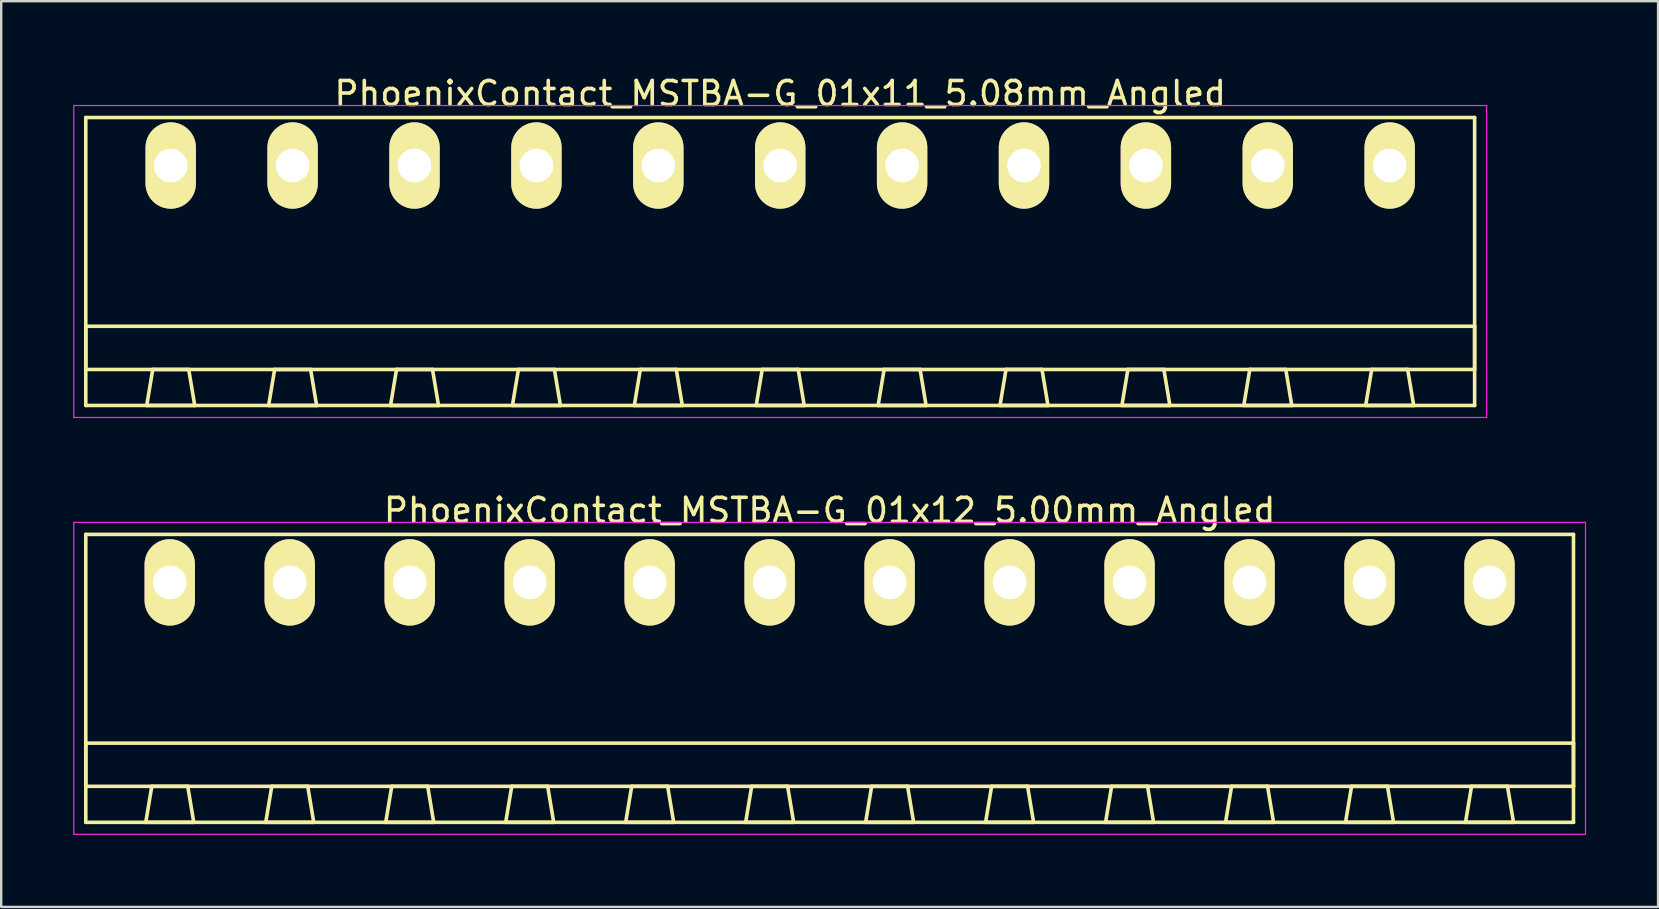
<source format=kicad_pcb>
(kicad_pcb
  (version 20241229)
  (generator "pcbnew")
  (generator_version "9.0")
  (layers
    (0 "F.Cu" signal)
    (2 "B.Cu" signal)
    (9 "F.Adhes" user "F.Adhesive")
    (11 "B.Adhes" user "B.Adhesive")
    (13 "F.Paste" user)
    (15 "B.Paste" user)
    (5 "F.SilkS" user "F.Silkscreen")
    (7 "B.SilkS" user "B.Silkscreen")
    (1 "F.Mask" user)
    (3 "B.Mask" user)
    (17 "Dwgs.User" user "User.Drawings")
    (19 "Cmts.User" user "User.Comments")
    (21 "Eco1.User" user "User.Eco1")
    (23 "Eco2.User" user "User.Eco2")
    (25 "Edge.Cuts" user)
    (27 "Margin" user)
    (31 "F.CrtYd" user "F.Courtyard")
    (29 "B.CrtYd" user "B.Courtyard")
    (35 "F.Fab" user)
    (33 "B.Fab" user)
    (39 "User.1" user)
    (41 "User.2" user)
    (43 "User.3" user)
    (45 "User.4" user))
  (footprint "PhoenixContact_MSTBA-G_01x12_5.00mm_Angled"
    (layer "F.Cu")
    (at 4.025 21.221)
    (property "Reference" "PhoenixContact_MSTBA-G_01x12_5.00mm_Angled" (at 27.5 -3 0) (layer "F.SilkS") (effects (font (size 1 1) (thickness 0.15))))
    (attr through_hole)
    (fp_line (start -3.5 -2) (end -3.5 10) (stroke (width 0.15) (type solid)) (layer "F.SilkS"))
    (fp_line (start -3.5 6.7) (end 58.5 6.7) (stroke (width 0.15) (type solid)) (layer "F.SilkS"))
    (fp_line (start -3.5 8.5) (end -3.5 6.7) (stroke (width 0.15) (type solid)) (layer "F.SilkS"))
    (fp_line (start -3.5 10) (end 58.5 10) (stroke (width 0.15) (type solid)) (layer "F.SilkS"))
    (fp_line (start -1 10) (end 1 10) (stroke (width 0.15) (type solid)) (layer "F.SilkS"))
    (fp_line (start -0.75 8.5) (end -1 10) (stroke (width 0.15) (type solid)) (layer "F.SilkS"))
    (fp_line (start 0.75 8.5) (end -0.75 8.5) (stroke (width 0.15) (type solid)) (layer "F.SilkS"))
    (fp_line (start 1 10) (end 0.75 8.5) (stroke (width 0.15) (type solid)) (layer "F.SilkS"))
    (fp_line (start 4 10) (end 6 10) (stroke (width 0.15) (type solid)) (layer "F.SilkS"))
    (fp_line (start 4.25 8.5) (end 4 10) (stroke (width 0.15) (type solid)) (layer "F.SilkS"))
    (fp_line (start 5.75 8.5) (end 4.25 8.5) (stroke (width 0.15) (type solid)) (layer "F.SilkS"))
    (fp_line (start 6 10) (end 5.75 8.5) (stroke (width 0.15) (type solid)) (layer "F.SilkS"))
    (fp_line (start 9 10) (end 11 10) (stroke (width 0.15) (type solid)) (layer "F.SilkS"))
    (fp_line (start 9.25 8.5) (end 9 10) (stroke (width 0.15) (type solid)) (layer "F.SilkS"))
    (fp_line (start 10.75 8.5) (end 9.25 8.5) (stroke (width 0.15) (type solid)) (layer "F.SilkS"))
    (fp_line (start 11 10) (end 10.75 8.5) (stroke (width 0.15) (type solid)) (layer "F.SilkS"))
    (fp_line (start 14 10) (end 16 10) (stroke (width 0.15) (type solid)) (layer "F.SilkS"))
    (fp_line (start 14.25 8.5) (end 14 10) (stroke (width 0.15) (type solid)) (layer "F.SilkS"))
    (fp_line (start 15.75 8.5) (end 14.25 8.5) (stroke (width 0.15) (type solid)) (layer "F.SilkS"))
    (fp_line (start 16 10) (end 15.75 8.5) (stroke (width 0.15) (type solid)) (layer "F.SilkS"))
    (fp_line (start 19 10) (end 21 10) (stroke (width 0.15) (type solid)) (layer "F.SilkS"))
    (fp_line (start 19.25 8.5) (end 19 10) (stroke (width 0.15) (type solid)) (layer "F.SilkS"))
    (fp_line (start 20.75 8.5) (end 19.25 8.5) (stroke (width 0.15) (type solid)) (layer "F.SilkS"))
    (fp_line (start 21 10) (end 20.75 8.5) (stroke (width 0.15) (type solid)) (layer "F.SilkS"))
    (fp_line (start 24 10) (end 26 10) (stroke (width 0.15) (type solid)) (layer "F.SilkS"))
    (fp_line (start 24.25 8.5) (end 24 10) (stroke (width 0.15) (type solid)) (layer "F.SilkS"))
    (fp_line (start 25.75 8.5) (end 24.25 8.5) (stroke (width 0.15) (type solid)) (layer "F.SilkS"))
    (fp_line (start 26 10) (end 25.75 8.5) (stroke (width 0.15) (type solid)) (layer "F.SilkS"))
    (fp_line (start 29 10) (end 31 10) (stroke (width 0.15) (type solid)) (layer "F.SilkS"))
    (fp_line (start 29.25 8.5) (end 29 10) (stroke (width 0.15) (type solid)) (layer "F.SilkS"))
    (fp_line (start 30.75 8.5) (end 29.25 8.5) (stroke (width 0.15) (type solid)) (layer "F.SilkS"))
    (fp_line (start 31 10) (end 30.75 8.5) (stroke (width 0.15) (type solid)) (layer "F.SilkS"))
    (fp_line (start 34 10) (end 36 10) (stroke (width 0.15) (type solid)) (layer "F.SilkS"))
    (fp_line (start 34.25 8.5) (end 34 10) (stroke (width 0.15) (type solid)) (layer "F.SilkS"))
    (fp_line (start 35.75 8.5) (end 34.25 8.5) (stroke (width 0.15) (type solid)) (layer "F.SilkS"))
    (fp_line (start 36 10) (end 35.75 8.5) (stroke (width 0.15) (type solid)) (layer "F.SilkS"))
    (fp_line (start 39 10) (end 41 10) (stroke (width 0.15) (type solid)) (layer "F.SilkS"))
    (fp_line (start 39.25 8.5) (end 39 10) (stroke (width 0.15) (type solid)) (layer "F.SilkS"))
    (fp_line (start 40.75 8.5) (end 39.25 8.5) (stroke (width 0.15) (type solid)) (layer "F.SilkS"))
    (fp_line (start 41 10) (end 40.75 8.5) (stroke (width 0.15) (type solid)) (layer "F.SilkS"))
    (fp_line (start 44 10) (end 46 10) (stroke (width 0.15) (type solid)) (layer "F.SilkS"))
    (fp_line (start 44.25 8.5) (end 44 10) (stroke (width 0.15) (type solid)) (layer "F.SilkS"))
    (fp_line (start 45.75 8.5) (end 44.25 8.5) (stroke (width 0.15) (type solid)) (layer "F.SilkS"))
    (fp_line (start 46 10) (end 45.75 8.5) (stroke (width 0.15) (type solid)) (layer "F.SilkS"))
    (fp_line (start 49 10) (end 51 10) (stroke (width 0.15) (type solid)) (layer "F.SilkS"))
    (fp_line (start 49.25 8.5) (end 49 10) (stroke (width 0.15) (type solid)) (layer "F.SilkS"))
    (fp_line (start 50.75 8.5) (end 49.25 8.5) (stroke (width 0.15) (type solid)) (layer "F.SilkS"))
    (fp_line (start 51 10) (end 50.75 8.5) (stroke (width 0.15) (type solid)) (layer "F.SilkS"))
    (fp_line (start 54 10) (end 56 10) (stroke (width 0.15) (type solid)) (layer "F.SilkS"))
    (fp_line (start 54.25 8.5) (end 54 10) (stroke (width 0.15) (type solid)) (layer "F.SilkS"))
    (fp_line (start 55.75 8.5) (end 54.25 8.5) (stroke (width 0.15) (type solid)) (layer "F.SilkS"))
    (fp_line (start 56 10) (end 55.75 8.5) (stroke (width 0.15) (type solid)) (layer "F.SilkS"))
    (fp_line (start 58.5 -2) (end -3.5 -2) (stroke (width 0.15) (type solid)) (layer "F.SilkS"))
    (fp_line (start 58.5 6.7) (end 58.5 8.5) (stroke (width 0.15) (type solid)) (layer "F.SilkS"))
    (fp_line (start 58.5 8.5) (end -3.5 8.5) (stroke (width 0.15) (type solid)) (layer "F.SilkS"))
    (fp_line (start 58.5 10) (end 58.5 -2) (stroke (width 0.15) (type solid)) (layer "F.SilkS"))
    (fp_line (start -4 -2.5) (end -4 10.5) (stroke (width 0.05) (type solid)) (layer "F.CrtYd"))
    (fp_line (start -4 10.5) (end 59 10.5) (stroke (width 0.05) (type solid)) (layer "F.CrtYd"))
    (fp_line (start 59 -2.5) (end -4 -2.5) (stroke (width 0.05) (type solid)) (layer "F.CrtYd"))
    (fp_line (start 59 10.5) (end 59 -2.5) (stroke (width 0.05) (type solid)) (layer "F.CrtYd"))
    (pad "1" thru_hole oval (at 0 0) (size 2.1 3.6) (drill 1.4) (layers "*.Cu" "*.Mask" "F.SilkS"))
    (pad "2" thru_hole oval (at 5 0) (size 2.1 3.6) (drill 1.4) (layers "*.Cu" "*.Mask" "F.SilkS"))
    (pad "3" thru_hole oval (at 10 0) (size 2.1 3.6) (drill 1.4) (layers "*.Cu" "*.Mask" "F.SilkS"))
    (pad "4" thru_hole oval (at 15 0) (size 2.1 3.6) (drill 1.4) (layers "*.Cu" "*.Mask" "F.SilkS"))
    (pad "5" thru_hole oval (at 20 0) (size 2.1 3.6) (drill 1.4) (layers "*.Cu" "*.Mask" "F.SilkS"))
    (pad "6" thru_hole oval (at 25 0) (size 2.1 3.6) (drill 1.4) (layers "*.Cu" "*.Mask" "F.SilkS"))
    (pad "7" thru_hole oval (at 30 0) (size 2.1 3.6) (drill 1.4) (layers "*.Cu" "*.Mask" "F.SilkS"))
    (pad "8" thru_hole oval (at 35 0) (size 2.1 3.6) (drill 1.4) (layers "*.Cu" "*.Mask" "F.SilkS"))
    (pad "9" thru_hole oval (at 40 0) (size 2.1 3.6) (drill 1.4) (layers "*.Cu" "*.Mask" "F.SilkS"))
    (pad "10" thru_hole oval (at 45 0) (size 2.1 3.6) (drill 1.4) (layers "*.Cu" "*.Mask" "F.SilkS"))
    (pad "11" thru_hole oval (at 50 0) (size 2.1 3.6) (drill 1.4) (layers "*.Cu" "*.Mask" "F.SilkS"))
    (pad "12" thru_hole oval (at 55 0) (size 2.1 3.6) (drill 1.4) (layers "*.Cu" "*.Mask" "F.SilkS")))
  (footprint "PhoenixContact_MSTBA-G_01x11_5.08mm_Angled"
    (layer "F.Cu")
    (at 4.065 3.848)
    (property "Reference" "PhoenixContact_MSTBA-G_01x11_5.08mm_Angled" (at 25.4 -3 0) (layer "F.SilkS") (effects (font (size 1 1) (thickness 0.15))))
    (attr through_hole)
    (fp_line (start -3.54 -2) (end -3.54 10) (stroke (width 0.15) (type solid)) (layer "F.SilkS"))
    (fp_line (start -3.54 6.7) (end 54.34 6.7) (stroke (width 0.15) (type solid)) (layer "F.SilkS"))
    (fp_line (start -3.54 8.5) (end -3.54 6.7) (stroke (width 0.15) (type solid)) (layer "F.SilkS"))
    (fp_line (start -3.54 10) (end 54.34 10) (stroke (width 0.15) (type solid)) (layer "F.SilkS"))
    (fp_line (start -1 10) (end 1 10) (stroke (width 0.15) (type solid)) (layer "F.SilkS"))
    (fp_line (start -0.75 8.5) (end -1 10) (stroke (width 0.15) (type solid)) (layer "F.SilkS"))
    (fp_line (start 0.75 8.5) (end -0.75 8.5) (stroke (width 0.15) (type solid)) (layer "F.SilkS"))
    (fp_line (start 1 10) (end 0.75 8.5) (stroke (width 0.15) (type solid)) (layer "F.SilkS"))
    (fp_line (start 4.08 10) (end 6.08 10) (stroke (width 0.15) (type solid)) (layer "F.SilkS"))
    (fp_line (start 4.33 8.5) (end 4.08 10) (stroke (width 0.15) (type solid)) (layer "F.SilkS"))
    (fp_line (start 5.83 8.5) (end 4.33 8.5) (stroke (width 0.15) (type solid)) (layer "F.SilkS"))
    (fp_line (start 6.08 10) (end 5.83 8.5) (stroke (width 0.15) (type solid)) (layer "F.SilkS"))
    (fp_line (start 9.16 10) (end 11.16 10) (stroke (width 0.15) (type solid)) (layer "F.SilkS"))
    (fp_line (start 9.41 8.5) (end 9.16 10) (stroke (width 0.15) (type solid)) (layer "F.SilkS"))
    (fp_line (start 10.91 8.5) (end 9.41 8.5) (stroke (width 0.15) (type solid)) (layer "F.SilkS"))
    (fp_line (start 11.16 10) (end 10.91 8.5) (stroke (width 0.15) (type solid)) (layer "F.SilkS"))
    (fp_line (start 14.24 10) (end 16.24 10) (stroke (width 0.15) (type solid)) (layer "F.SilkS"))
    (fp_line (start 14.49 8.5) (end 14.24 10) (stroke (width 0.15) (type solid)) (layer "F.SilkS"))
    (fp_line (start 15.99 8.5) (end 14.49 8.5) (stroke (width 0.15) (type solid)) (layer "F.SilkS"))
    (fp_line (start 16.24 10) (end 15.99 8.5) (stroke (width 0.15) (type solid)) (layer "F.SilkS"))
    (fp_line (start 19.32 10) (end 21.32 10) (stroke (width 0.15) (type solid)) (layer "F.SilkS"))
    (fp_line (start 19.57 8.5) (end 19.32 10) (stroke (width 0.15) (type solid)) (layer "F.SilkS"))
    (fp_line (start 21.07 8.5) (end 19.57 8.5) (stroke (width 0.15) (type solid)) (layer "F.SilkS"))
    (fp_line (start 21.32 10) (end 21.07 8.5) (stroke (width 0.15) (type solid)) (layer "F.SilkS"))
    (fp_line (start 24.4 10) (end 26.4 10) (stroke (width 0.15) (type solid)) (layer "F.SilkS"))
    (fp_line (start 24.65 8.5) (end 24.4 10) (stroke (width 0.15) (type solid)) (layer "F.SilkS"))
    (fp_line (start 26.15 8.5) (end 24.65 8.5) (stroke (width 0.15) (type solid)) (layer "F.SilkS"))
    (fp_line (start 26.4 10) (end 26.15 8.5) (stroke (width 0.15) (type solid)) (layer "F.SilkS"))
    (fp_line (start 29.48 10) (end 31.48 10) (stroke (width 0.15) (type solid)) (layer "F.SilkS"))
    (fp_line (start 29.73 8.5) (end 29.48 10) (stroke (width 0.15) (type solid)) (layer "F.SilkS"))
    (fp_line (start 31.23 8.5) (end 29.73 8.5) (stroke (width 0.15) (type solid)) (layer "F.SilkS"))
    (fp_line (start 31.48 10) (end 31.23 8.5) (stroke (width 0.15) (type solid)) (layer "F.SilkS"))
    (fp_line (start 34.56 10) (end 36.56 10) (stroke (width 0.15) (type solid)) (layer "F.SilkS"))
    (fp_line (start 34.81 8.5) (end 34.56 10) (stroke (width 0.15) (type solid)) (layer "F.SilkS"))
    (fp_line (start 36.31 8.5) (end 34.81 8.5) (stroke (width 0.15) (type solid)) (layer "F.SilkS"))
    (fp_line (start 36.56 10) (end 36.31 8.5) (stroke (width 0.15) (type solid)) (layer "F.SilkS"))
    (fp_line (start 39.64 10) (end 41.64 10) (stroke (width 0.15) (type solid)) (layer "F.SilkS"))
    (fp_line (start 39.89 8.5) (end 39.64 10) (stroke (width 0.15) (type solid)) (layer "F.SilkS"))
    (fp_line (start 41.39 8.5) (end 39.89 8.5) (stroke (width 0.15) (type solid)) (layer "F.SilkS"))
    (fp_line (start 41.64 10) (end 41.39 8.5) (stroke (width 0.15) (type solid)) (layer "F.SilkS"))
    (fp_line (start 44.72 10) (end 46.72 10) (stroke (width 0.15) (type solid)) (layer "F.SilkS"))
    (fp_line (start 44.97 8.5) (end 44.72 10) (stroke (width 0.15) (type solid)) (layer "F.SilkS"))
    (fp_line (start 46.47 8.5) (end 44.97 8.5) (stroke (width 0.15) (type solid)) (layer "F.SilkS"))
    (fp_line (start 46.72 10) (end 46.47 8.5) (stroke (width 0.15) (type solid)) (layer "F.SilkS"))
    (fp_line (start 49.8 10) (end 51.8 10) (stroke (width 0.15) (type solid)) (layer "F.SilkS"))
    (fp_line (start 50.05 8.5) (end 49.8 10) (stroke (width 0.15) (type solid)) (layer "F.SilkS"))
    (fp_line (start 51.55 8.5) (end 50.05 8.5) (stroke (width 0.15) (type solid)) (layer "F.SilkS"))
    (fp_line (start 51.8 10) (end 51.55 8.5) (stroke (width 0.15) (type solid)) (layer "F.SilkS"))
    (fp_line (start 54.34 -2) (end -3.54 -2) (stroke (width 0.15) (type solid)) (layer "F.SilkS"))
    (fp_line (start 54.34 6.7) (end 54.34 8.5) (stroke (width 0.15) (type solid)) (layer "F.SilkS"))
    (fp_line (start 54.34 8.5) (end -3.54 8.5) (stroke (width 0.15) (type solid)) (layer "F.SilkS"))
    (fp_line (start 54.34 10) (end 54.34 -2) (stroke (width 0.15) (type solid)) (layer "F.SilkS"))
    (fp_line (start -4.04 -2.5) (end -4.04 10.5) (stroke (width 0.05) (type solid)) (layer "F.CrtYd"))
    (fp_line (start -4.04 10.5) (end 54.84 10.5) (stroke (width 0.05) (type solid)) (layer "F.CrtYd"))
    (fp_line (start 54.84 -2.5) (end -4.04 -2.5) (stroke (width 0.05) (type solid)) (layer "F.CrtYd"))
    (fp_line (start 54.84 10.5) (end 54.84 -2.5) (stroke (width 0.05) (type solid)) (layer "F.CrtYd"))
    (pad "1" thru_hole oval (at 0 0) (size 2.1 3.6) (drill 1.4) (layers "*.Cu" "*.Mask" "F.SilkS"))
    (pad "2" thru_hole oval (at 5.08 0) (size 2.1 3.6) (drill 1.4) (layers "*.Cu" "*.Mask" "F.SilkS"))
    (pad "3" thru_hole oval (at 10.16 0) (size 2.1 3.6) (drill 1.4) (layers "*.Cu" "*.Mask" "F.SilkS"))
    (pad "4" thru_hole oval (at 15.24 0) (size 2.1 3.6) (drill 1.4) (layers "*.Cu" "*.Mask" "F.SilkS"))
    (pad "5" thru_hole oval (at 20.32 0) (size 2.1 3.6) (drill 1.4) (layers "*.Cu" "*.Mask" "F.SilkS"))
    (pad "6" thru_hole oval (at 25.4 0) (size 2.1 3.6) (drill 1.4) (layers "*.Cu" "*.Mask" "F.SilkS"))
    (pad "7" thru_hole oval (at 30.48 0) (size 2.1 3.6) (drill 1.4) (layers "*.Cu" "*.Mask" "F.SilkS"))
    (pad "8" thru_hole oval (at 35.56 0) (size 2.1 3.6) (drill 1.4) (layers "*.Cu" "*.Mask" "F.SilkS"))
    (pad "9" thru_hole oval (at 40.64 0) (size 2.1 3.6) (drill 1.4) (layers "*.Cu" "*.Mask" "F.SilkS"))
    (pad "10" thru_hole oval (at 45.72 0) (size 2.1 3.6) (drill 1.4) (layers "*.Cu" "*.Mask" "F.SilkS"))
    (pad "11" thru_hole oval (at 50.8 0) (size 2.1 3.6) (drill 1.4) (layers "*.Cu" "*.Mask" "F.SilkS")))
  (gr_rect
    (start -3 -3)
    (end 66.05 34.746)
    (stroke (width 0.1) (type default))
    (fill no)
    (layer "Edge.Cuts")))
</source>
